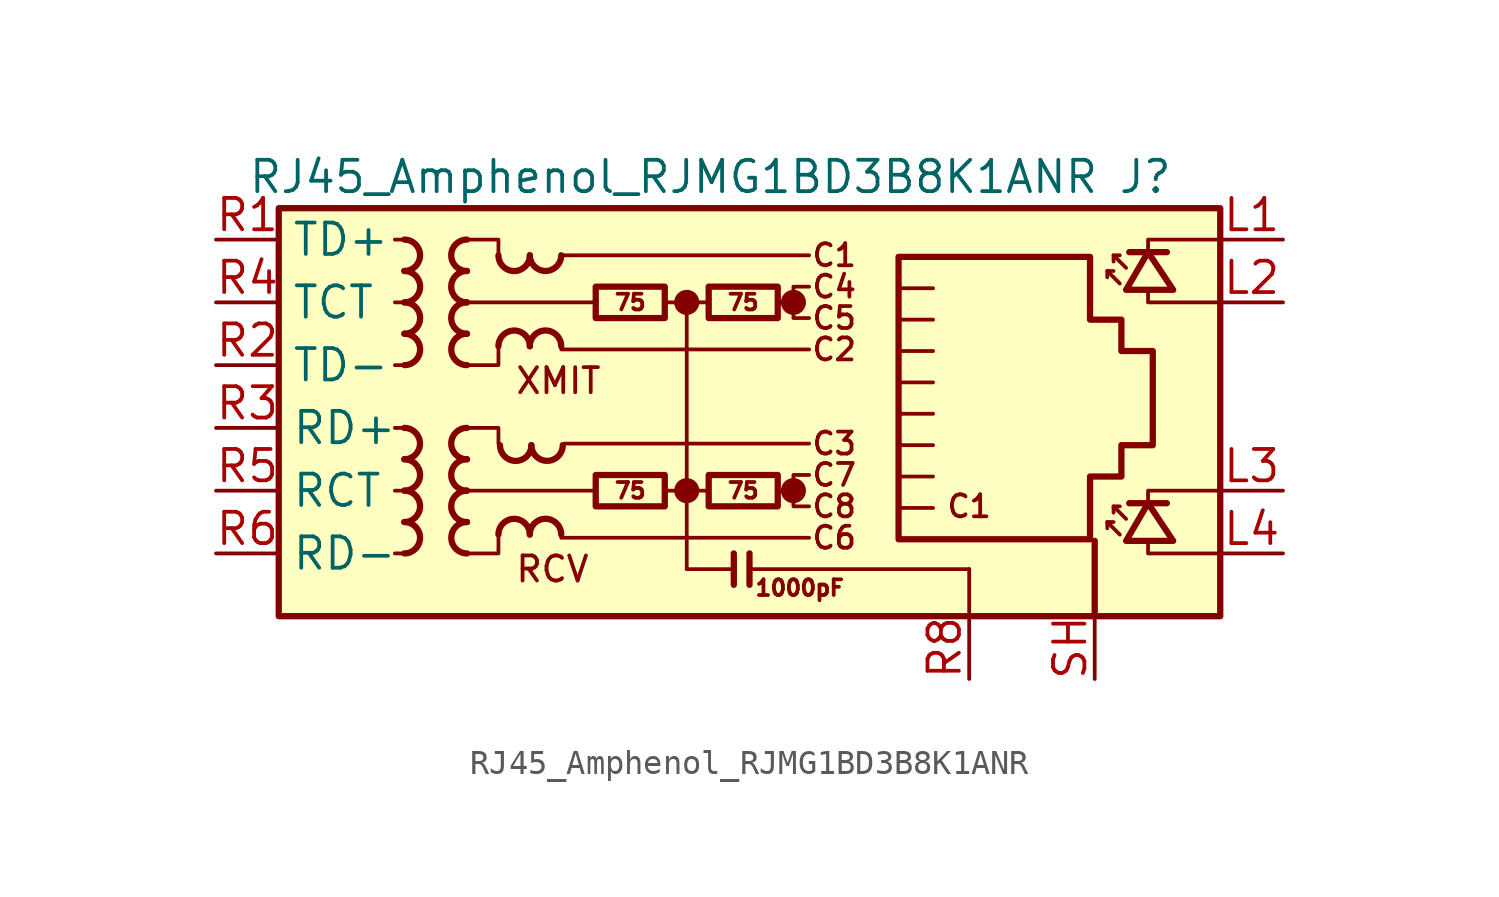
<source format=kicad_sym>
(kicad_symbol_lib
  (version 20241209)
  (generator "kicad_symbol_editor")
  (generator_version "9.0")
  (symbol "RJ45_Amphenol_RJMG1BD3B8K1ANR"
    (property "Reference" "J"
      (at 18.415 10.16 0)
      (effects (font (size 1.27 1.27)) (justify right)))
    (property "Value" "RJ45_Amphenol_RJMG1BD3B8K1ANR"
      (at -19.05 10.16 0)
      (effects (font (size 1.27 1.27)) (justify left)))
    (symbol "RJ45_Amphenol_RJMG1BD3B8K1ANR_0_0"
      (circle (center -1.27 5.08) (radius 0.0001) (stroke (width 0.508) (type default)) (fill (type none)))
      (polyline (pts (xy -1.27 5.08) (xy -1.27 -5.715)) (stroke (width 0) (type default)) (fill (type none)))
      (circle (center -1.27 -2.54) (radius 0.0001) (stroke (width 0.508) (type default)) (fill (type none)))
      (polyline (pts (xy 0.635 -5.08) (xy 0.635 -6.35)) (stroke (width 0.254) (type default)) (fill (type none)))
      (polyline (pts (xy 1.27 -5.08) (xy 1.27 -6.35)) (stroke (width 0.254) (type default)) (fill (type none)))
      (polyline (pts (xy 3.048 5.08) (xy 2.54 5.08)) (stroke (width 0) (type default)) (fill (type none)))
      (circle (center 3.048 5.08) (radius 0.0001) (stroke (width 0.508) (type default)) (fill (type none)))
      (polyline (pts (xy 3.048 -2.54) (xy 2.54 -2.54)) (stroke (width 0) (type default)) (fill (type none)))
      (circle (center 3.048 -2.54) (radius 0.0001) (stroke (width 0.508) (type default)) (fill (type none)))
      (polyline (pts (xy 3.683 5.715) (xy 3.048 5.715) (xy 3.048 4.445) (xy 3.683 4.445)) (stroke (width 0) (type default)) (fill (type none)))
      (polyline (pts (xy 3.683 -1.905) (xy 3.048 -1.905) (xy 3.048 -3.175) (xy 3.683 -3.175)) (stroke (width 0) (type default)) (fill (type none)))
      (polyline (pts (xy 17.399 6.985) (xy 17.399 7.62) (xy 20.32 7.62)) (stroke (width 0) (type default)) (fill (type none)))
      (polyline (pts (xy 17.399 -3.175) (xy 17.399 -2.54) (xy 20.32 -2.54)) (stroke (width 0) (type default)) (fill (type none)))
      (polyline (pts (xy 20.32 5.08) (xy 17.399 5.08) (xy 17.399 5.588)) (stroke (width 0) (type default)) (fill (type none)))
      (polyline (pts (xy 20.32 -5.08) (xy 17.399 -5.08) (xy 17.399 -4.572)) (stroke (width 0) (type default)) (fill (type none)))
      (text "XMIT" (at -8.255 1.905 0) (effects (font (size 1.016 1.016)) (justify left)))
      (text "RCV" (at -8.255 -5.715 0) (effects (font (size 1.016 1.016)) (justify left)))
      (text "C1" (at 4.699 6.985 0) (effects (font (size 0.889 0.889))))
      (text "C4" (at 4.699 5.715 0) (effects (font (size 0.889 0.889))))
      (text "C5" (at 4.699 4.445 0) (effects (font (size 0.889 0.889))))
      (text "C2" (at 4.699 3.175 0) (effects (font (size 0.889 0.889))))
      (text "C3" (at 4.699 -0.635 0) (effects (font (size 0.889 0.889))))
      (text "C7" (at 4.699 -1.905 0) (effects (font (size 0.889 0.889))))
      (text "C8" (at 4.699 -3.175 0) (effects (font (size 0.889 0.889))))
      (text "C6" (at 4.699 -4.445 0) (effects (font (size 0.889 0.889))))
      (text "C1" (at 10.16 -3.175 0) (effects (font (size 0.889 0.889)))))
    (symbol "RJ45_Amphenol_RJMG1BD3B8K1ANR_0_1"
      (rectangle (start -17.78 8.89) (end 20.32 -7.62) (stroke (width 0.254) (type default)) (fill (type background)))
      (polyline (pts (xy -12.7 7.62) (xy -13.081 7.62)) (stroke (width 0) (type default)) (fill (type none)))
      (polyline (pts (xy -12.7 5.08) (xy -13.081 5.08)) (stroke (width 0) (type default)) (fill (type none)))
      (polyline (pts (xy -12.7 2.54) (xy -13.081 2.54)) (stroke (width 0) (type default)) (fill (type none)))
      (polyline (pts (xy -12.7 0) (xy -13.081 0)) (stroke (width 0) (type default)) (fill (type none)))
      (polyline (pts (xy -12.7 -2.54) (xy -13.081 -2.54)) (stroke (width 0) (type default)) (fill (type none)))
      (polyline (pts (xy -12.7 -5.08) (xy -13.081 -5.08)) (stroke (width 0) (type default)) (fill (type none)))
      (polyline (pts (xy -10.16 7.62) (xy -8.89 7.62) (xy -8.89 6.985)) (stroke (width 0) (type default)) (fill (type none)))
      (polyline (pts (xy -10.16 0) (xy -8.89 0) (xy -8.89 -0.635)) (stroke (width 0) (type default)) (fill (type none)))
      (polyline (pts (xy -8.89 3.175) (xy -8.89 2.54) (xy -10.16 2.54)) (stroke (width 0) (type default)) (fill (type none)))
      (polyline (pts (xy -8.89 -4.445) (xy -8.89 -5.08) (xy -10.16 -5.08)) (stroke (width 0) (type default)) (fill (type none)))
      (polyline (pts (xy -6.35 6.985) (xy 3.683 6.985)) (stroke (width 0) (type default)) (fill (type none)))
      (polyline (pts (xy -6.35 3.175) (xy 3.683 3.175)) (stroke (width 0) (type default)) (fill (type none)))
      (polyline (pts (xy -6.35 -4.445) (xy 3.683 -4.445)) (stroke (width 0) (type default)) (fill (type none)))
      (polyline (pts (xy -6.223 -0.635) (xy 3.683 -0.635)) (stroke (width 0) (type default)) (fill (type none)))
      (polyline (pts (xy -5.08 -2.54) (xy -10.16 -2.54)) (stroke (width 0) (type default)) (fill (type none)))
      (polyline (pts (xy -4.953 5.08) (xy -10.16 5.08)) (stroke (width 0) (type default)) (fill (type none)))
      (polyline (pts (xy -2.159 5.08) (xy -0.381 5.08)) (stroke (width 0) (type default)) (fill (type none)))
      (polyline (pts (xy -2.159 -2.54) (xy -0.381 -2.54)) (stroke (width 0) (type default)) (fill (type none)))
      (polyline (pts (xy 0.635 -5.715) (xy -1.27 -5.715)) (stroke (width 0) (type default)) (fill (type none)))
      (polyline (pts (xy 7.429 3.111) (xy 8.7 3.111)) (stroke (width 0) (type default)) (fill (type none)))
      (polyline (pts (xy 7.429 1.841) (xy 8.7 1.841)) (stroke (width 0) (type default)) (fill (type none)))
      (polyline (pts (xy 7.429 0.572) (xy 8.7 0.572)) (stroke (width 0) (type default)) (fill (type none)))
      (polyline (pts (xy 7.429 -0.699) (xy 8.7 -0.699)) (stroke (width 0) (type default)) (fill (type none)))
      (polyline (pts (xy 7.429 -1.968) (xy 8.7 -1.968)) (stroke (width 0) (type default)) (fill (type none)))
      (polyline (pts (xy 8.7 5.652) (xy 7.429 5.652)) (stroke (width 0) (type default)) (fill (type none)))
      (polyline (pts (xy 8.7 4.381) (xy 7.429 4.381)) (stroke (width 0) (type default)) (fill (type none)))
      (polyline (pts (xy 8.7 -3.239) (xy 7.429 -3.239)) (stroke (width 0) (type default)) (fill (type none)))
      (polyline (pts (xy 10.16 -5.715) (xy 1.27 -5.715)) (stroke (width 0) (type default)) (fill (type none)))
      (polyline (pts (xy 10.16 -5.715) (xy 10.16 -7.62)) (stroke (width 0) (type default)) (fill (type none))))
    (symbol "RJ45_Amphenol_RJMG1BD3B8K1ANR_1_0"
      (text "1000pF" (at 3.302 -6.477 0) (effects (font (size 0.635 0.635)))))
    (symbol "RJ45_Amphenol_RJMG1BD3B8K1ANR_1_1"
      (arc (start -12.7 0) (mid -12.0677 -0.635) (end -12.7 -1.27) (stroke (width 0.254) (type default)) (fill (type none)))
      (arc (start -12.6973 7.62) (mid -12.065 6.985) (end -12.6973 6.35) (stroke (width 0.254) (type default)) (fill (type none)))
      (arc (start -12.6973 -1.27) (mid -12.065 -1.905) (end -12.6973 -2.54) (stroke (width 0.254) (type default)) (fill (type none)))
      (arc (start -12.6973 -2.54) (mid -12.065 -3.175) (end -12.6973 -3.81) (stroke (width 0.254) (type default)) (fill (type none)))
      (arc (start -12.6973 -3.81) (mid -12.065 -4.445) (end -12.6973 -5.08) (stroke (width 0.254) (type default)) (fill (type none)))
      (arc (start -12.6946 6.35) (mid -12.0623 5.715) (end -12.6946 5.08) (stroke (width 0.254) (type default)) (fill (type none)))
      (arc (start -12.6946 5.08) (mid -12.0623 4.445) (end -12.6946 3.81) (stroke (width 0.254) (type default)) (fill (type none)))
      (arc (start -12.6946 3.81) (mid -12.0623 3.175) (end -12.6946 2.54) (stroke (width 0.254) (type default)) (fill (type none)))
      (arc (start -10.1654 6.35) (mid -10.7977 6.985) (end -10.1654 7.62) (stroke (width 0.254) (type default)) (fill (type none)))
      (arc (start -10.1654 5.08) (mid -10.7977 5.715) (end -10.1654 6.35) (stroke (width 0.254) (type default)) (fill (type none)))
      (arc (start -10.1654 3.81) (mid -10.7977 4.445) (end -10.1654 5.08) (stroke (width 0.254) (type default)) (fill (type none)))
      (arc (start -10.1654 -1.27) (mid -10.7977 -0.635) (end -10.1654 0) (stroke (width 0.254) (type default)) (fill (type none)))
      (arc (start -10.1654 -2.54) (mid -10.7977 -1.905) (end -10.1654 -1.27) (stroke (width 0.254) (type default)) (fill (type none)))
      (arc (start -10.1654 -3.81) (mid -10.7977 -3.175) (end -10.1654 -2.54) (stroke (width 0.254) (type default)) (fill (type none)))
      (arc (start -10.1627 2.54) (mid -10.795 3.175) (end -10.1627 3.81) (stroke (width 0.254) (type default)) (fill (type none)))
      (arc (start -10.1627 -5.08) (mid -10.795 -4.445) (end -10.1627 -3.81) (stroke (width 0.254) (type default)) (fill (type none)))
      (arc (start -7.62 6.9823) (mid -8.255 6.35) (end -8.89 6.9823) (stroke (width 0.254) (type default)) (fill (type none)))
      (arc (start -8.89 3.3047) (mid -8.255 3.937) (end -7.62 3.3047) (stroke (width 0.254) (type default)) (fill (type none)))
      (arc (start -8.89 -4.3153) (mid -8.255 -3.683) (end -7.62 -4.3153) (stroke (width 0.254) (type default)) (fill (type none)))
      (arc (start -7.5565 -0.7012) (mid -8.1915 -1.3335) (end -8.8265 -0.7012) (stroke (width 0.254) (type default)) (fill (type none)))
      (arc (start -6.35 6.985) (mid -6.985 6.3527) (end -7.62 6.985) (stroke (width 0.254) (type default)) (fill (type none)))
      (arc (start -7.62 3.3074) (mid -6.985 3.9397) (end -6.35 3.3074) (stroke (width 0.254) (type default)) (fill (type none)))
      (arc (start -7.62 -4.3126) (mid -6.985 -3.6803) (end -6.35 -4.3126) (stroke (width 0.254) (type default)) (fill (type none)))
      (arc (start -6.2865 -0.6985) (mid -6.9215 -1.3308) (end -7.5565 -0.6985) (stroke (width 0.254) (type default)) (fill (type none)))
      (rectangle (start -4.953 5.715) (end -2.159 4.445) (stroke (width 0.254) (type default)) (fill (type none)))
      (rectangle (start -4.953 -1.905) (end -2.159 -3.175) (stroke (width 0.254) (type default)) (fill (type none)))
      (rectangle (start -0.381 5.715) (end 2.413 4.445) (stroke (width 0.254) (type default)) (fill (type none)))
      (rectangle (start -0.381 -1.905) (end 2.413 -3.175) (stroke (width 0.254) (type default)) (fill (type none)))
      (polyline (pts (xy 7.303 -4.508) (xy 7.303 6.921) (xy 15.05 6.921) (xy 15.05 4.381) (xy 16.32 4.381) (xy 16.32 3.111) (xy 17.59 3.111) (xy 17.59 -0.699) (xy 16.32 -0.699) (xy 16.32 -1.968) (xy 15.05 -1.968) (xy 15.05 -4.508) (xy 7.303 -4.508)) (stroke (width 0.254) (type default)) (fill (type none)))
      (polyline (pts (xy 15.24 -7.62) (xy 15.24 -4.572)) (stroke (width 0.254) (type default)) (fill (type none)))
      (polyline (pts (xy 15.748 6.35) (xy 15.748 6.096)) (stroke (width 0) (type default)) (fill (type none)))
      (polyline (pts (xy 15.748 -3.81) (xy 15.748 -4.064)) (stroke (width 0) (type default)) (fill (type none)))
      (polyline (pts (xy 16.002 6.985) (xy 16.002 6.731)) (stroke (width 0) (type default)) (fill (type none)))
      (polyline (pts (xy 16.002 -3.175) (xy 16.002 -3.429)) (stroke (width 0) (type default)) (fill (type none)))
      (polyline (pts (xy 16.256 5.842) (xy 15.748 6.35) (xy 16.002 6.35)) (stroke (width 0) (type default)) (fill (type none)))
      (polyline (pts (xy 16.256 -4.318) (xy 15.748 -3.81) (xy 16.002 -3.81)) (stroke (width 0) (type default)) (fill (type none)))
      (polyline (pts (xy 16.51 6.477) (xy 16.002 6.985) (xy 16.256 6.985)) (stroke (width 0) (type default)) (fill (type none)))
      (polyline (pts (xy 16.51 5.588) (xy 18.415 5.588) (xy 17.399 7.112) (xy 16.51 5.588)) (stroke (width 0.254) (type default)) (fill (type none)))
      (polyline (pts (xy 16.51 -3.683) (xy 16.002 -3.175) (xy 16.256 -3.175)) (stroke (width 0) (type default)) (fill (type none)))
      (polyline (pts (xy 16.51 -4.572) (xy 18.415 -4.572) (xy 17.399 -3.048) (xy 16.51 -4.572)) (stroke (width 0.254) (type default)) (fill (type none)))
      (polyline (pts (xy 16.637 7.112) (xy 18.161 7.112)) (stroke (width 0.254) (type default)) (fill (type none)))
      (polyline (pts (xy 16.637 -3.048) (xy 18.161 -3.048)) (stroke (width 0.254) (type default)) (fill (type none)))
      (text "75" (at -3.556 5.08 0) (effects (font (size 0.635 0.635))))
      (text "75" (at -3.556 -2.54 0) (effects (font (size 0.635 0.635))))
      (text "75" (at 1.016 5.08 0) (effects (font (size 0.635 0.635))))
      (text "75" (at 1.016 -2.54 0) (effects (font (size 0.635 0.635))))
      (pin passive line (at -20.32 7.62 0) (length 2.54) (name "TD+" (effects (font (size 1.27 1.27)))) (number "R1" (effects (font (size 1.27 1.27)))))
      (pin passive line (at -20.32 5.08 0) (length 2.54) (name "TCT" (effects (font (size 1.27 1.27)))) (number "R4" (effects (font (size 1.27 1.27)))))
      (pin passive line (at -20.32 2.54 0) (length 2.54) (name "TD-" (effects (font (size 1.27 1.27)))) (number "R2" (effects (font (size 1.27 1.27)))))
      (pin passive line (at -20.32 0 0) (length 2.54) (name "RD+" (effects (font (size 1.27 1.27)))) (number "R3" (effects (font (size 1.27 1.27)))))
      (pin passive line (at -20.32 -2.54 0) (length 2.54) (name "RCT" (effects (font (size 1.27 1.27)))) (number "R5" (effects (font (size 1.27 1.27)))))
      (pin passive line (at -20.32 -5.08 0) (length 2.54) (name "RD-" (effects (font (size 1.27 1.27)))) (number "R6" (effects (font (size 1.27 1.27)))))
      (pin power_in line (at 10.16 -10.16 90) (length 2.54) (name "" (effects (font (size 1.27 1.27)))) (number "R8" (effects (font (size 1.27 1.27)))))
      (pin passive line (at 15.24 -10.16 90) (length 2.54) (name "" (effects (font (size 1.27 1.27)))) (number "SH" (effects (font (size 1.27 1.27)))))
      (pin no_connect line (at 20.32 0 0) (length 0) (hide yes) (name "NC" (effects (font (size 1.27 1.27)))) (number "R7" (effects (font (size 1.27 1.27)))))
      (pin passive line (at 22.86 7.62 180) (length 2.54) (name "" (effects (font (size 1.27 1.27)))) (number "L1" (effects (font (size 1.27 1.27)))))
      (pin passive line (at 22.86 5.08 180) (length 2.54) (name "" (effects (font (size 1.27 1.27)))) (number "L2" (effects (font (size 1.27 1.27)))))
      (pin passive line (at 22.86 -2.54 180) (length 2.54) (name "" (effects (font (size 1.27 1.27)))) (number "L3" (effects (font (size 1.27 1.27)))))
      (pin passive line (at 22.86 -5.08 180) (length 2.54) (name "" (effects (font (size 1.27 1.27)))) (number "L4" (effects (font (size 1.27 1.27))))))))
</source>
